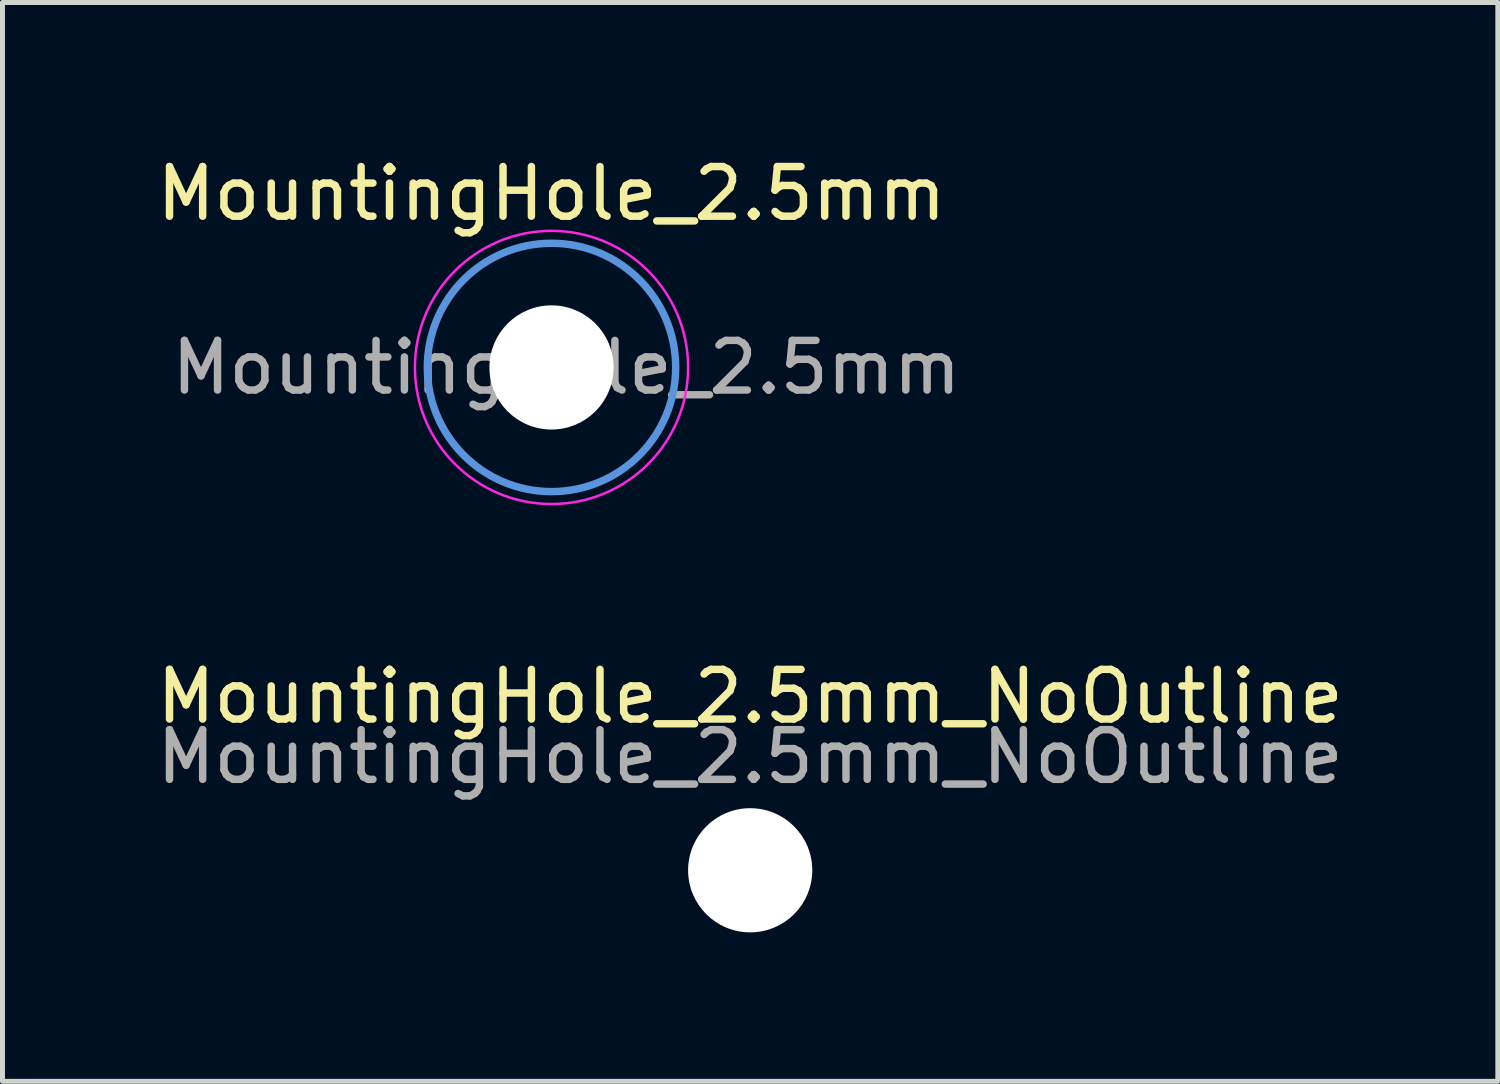
<source format=kicad_pcb>
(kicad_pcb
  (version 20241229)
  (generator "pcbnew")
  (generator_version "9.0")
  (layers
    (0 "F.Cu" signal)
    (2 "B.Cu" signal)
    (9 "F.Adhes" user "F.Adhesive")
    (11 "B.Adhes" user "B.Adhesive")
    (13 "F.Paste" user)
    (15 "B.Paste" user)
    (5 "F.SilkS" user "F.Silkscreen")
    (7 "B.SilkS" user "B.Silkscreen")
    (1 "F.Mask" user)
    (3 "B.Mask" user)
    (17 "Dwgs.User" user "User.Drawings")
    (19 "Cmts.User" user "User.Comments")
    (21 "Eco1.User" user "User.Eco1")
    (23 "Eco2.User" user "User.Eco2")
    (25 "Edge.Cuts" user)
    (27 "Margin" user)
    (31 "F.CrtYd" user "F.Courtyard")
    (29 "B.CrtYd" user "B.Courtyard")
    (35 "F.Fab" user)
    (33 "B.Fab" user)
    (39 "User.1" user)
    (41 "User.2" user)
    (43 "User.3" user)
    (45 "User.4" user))
  (footprint "MountingHole_2.5mm"
    (layer "F.Cu")
    (at 8.054 4.348)
    (property "Reference" "MountingHole_2.5mm" (at 0 -3.5 0) (layer "F.SilkS") (effects (font (size 1 1) (thickness 0.15))))
    (attr exclude_from_pos_files exclude_from_bom)
    (fp_circle (center 0 0) (end 2.5 0) (stroke (width 0.15) (type solid)) (fill no) (layer "Cmts.User"))
    (fp_circle (center 0 0) (end 2.75 0) (stroke (width 0.05) (type solid)) (fill no) (layer "F.CrtYd"))
    (fp_text user "${REFERENCE}" (at 0.3 0 0) (layer "F.Fab") (effects (font (size 1 1) (thickness 0.15))))
    (pad "" np_thru_hole circle (at 0 0) (size 2.5 2.5) (drill 2.5) (layers "*.Cu" "*.Mask")))
  (footprint "MountingHole_2.5mm_NoOutline"
    (layer "F.Cu")
    (at 12.054 14.472)
    (property "Reference" "MountingHole_2.5mm_NoOutline" (at 0 -3.5 0) (layer "F.SilkS") (effects (font (size 1 1) (thickness 0.15))))
    (attr exclude_from_pos_files exclude_from_bom)
    (fp_text user "${REFERENCE}" (at 0 -2.286 0) (layer "F.Fab") (effects (font (size 1 1) (thickness 0.15))))
    (pad "" np_thru_hole circle (at 0 0) (size 2.5 2.5) (drill 2.5) (layers "*.Cu" "*.Mask")))
  (gr_rect
    (start -3 -3)
    (end 27.107 18.721)
    (stroke (width 0.1) (type default))
    (fill no)
    (layer "Edge.Cuts")))
</source>
